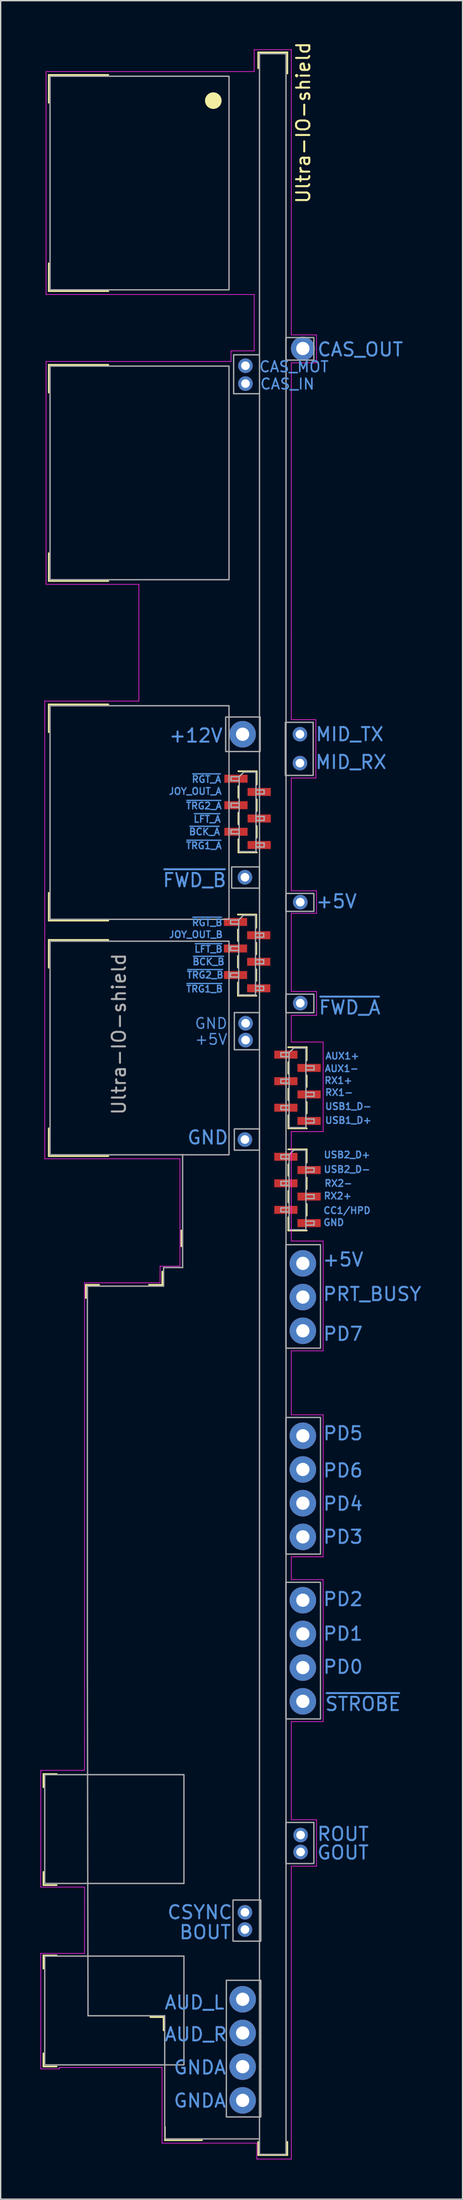
<source format=kicad_pcb>
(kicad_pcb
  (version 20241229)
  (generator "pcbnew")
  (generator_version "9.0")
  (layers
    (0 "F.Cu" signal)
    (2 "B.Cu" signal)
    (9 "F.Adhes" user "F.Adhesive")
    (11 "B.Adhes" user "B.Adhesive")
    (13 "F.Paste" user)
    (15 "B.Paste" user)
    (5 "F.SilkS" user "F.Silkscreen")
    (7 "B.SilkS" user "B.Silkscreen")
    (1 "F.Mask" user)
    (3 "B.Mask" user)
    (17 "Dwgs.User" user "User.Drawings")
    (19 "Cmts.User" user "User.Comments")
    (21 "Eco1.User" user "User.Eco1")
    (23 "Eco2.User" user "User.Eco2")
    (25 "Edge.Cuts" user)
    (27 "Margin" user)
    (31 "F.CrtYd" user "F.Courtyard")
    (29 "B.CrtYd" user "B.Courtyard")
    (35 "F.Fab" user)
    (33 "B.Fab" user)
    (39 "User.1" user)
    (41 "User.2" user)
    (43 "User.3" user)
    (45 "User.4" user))
  (footprint "Ultra-IO-shield"
    (layer "F.Cu")
    (at 16.525 0.996)
    (property "Reference" "Ultra-IO-shield" (at 3.3 5.2 270) (layer "F.SilkS") (effects (font (size 1 1) (thickness 0.15))))
    (attr through_hole exclude_from_bom)
    (fp_line (start -16.3 129.675) (end -15.3 129.675) (stroke (width 0.12) (type solid)) (layer "F.SilkS"))
    (fp_line (start -16.3 130.675) (end -16.3 129.675) (stroke (width 0.12) (type solid)) (layer "F.SilkS"))
    (fp_line (start -16.3 138.05) (end -16.3 137.05) (stroke (width 0.12) (type solid)) (layer "F.SilkS"))
    (fp_line (start -16.3 138.05) (end -15.3 138.05) (stroke (width 0.12) (type solid)) (layer "F.SilkS"))
    (fp_line (start -16.3 143.35) (end -15.3 143.35) (stroke (width 0.12) (type solid)) (layer "F.SilkS"))
    (fp_line (start -16.3 144.35) (end -16.3 143.35) (stroke (width 0.12) (type solid)) (layer "F.SilkS"))
    (fp_line (start -16.3 151.725) (end -16.3 150.725) (stroke (width 0.12) (type solid)) (layer "F.SilkS"))
    (fp_line (start -16.3 151.725) (end -15.3 151.725) (stroke (width 0.12) (type solid)) (layer "F.SilkS"))
    (fp_line (start -15.9 1.6) (end -11.4 1.6) (stroke (width 0.12) (type solid)) (layer "F.SilkS"))
    (fp_line (start -15.9 3.7) (end -15.9 1.6) (stroke (width 0.12) (type solid)) (layer "F.SilkS"))
    (fp_line (start -15.9 17.9) (end -15.9 15.8) (stroke (width 0.12) (type solid)) (layer "F.SilkS"))
    (fp_line (start -15.9 17.9) (end -11.4 17.9) (stroke (width 0.12) (type solid)) (layer "F.SilkS"))
    (fp_line (start -15.9 23.45) (end -11.4 23.45) (stroke (width 0.12) (type solid)) (layer "F.SilkS"))
    (fp_line (start -15.9 25.55) (end -15.9 23.45) (stroke (width 0.12) (type solid)) (layer "F.SilkS"))
    (fp_line (start -15.9 39.75) (end -15.9 37.65) (stroke (width 0.12) (type solid)) (layer "F.SilkS"))
    (fp_line (start -15.9 39.75) (end -11.4 39.75) (stroke (width 0.12) (type solid)) (layer "F.SilkS"))
    (fp_line (start -15.9 49.05) (end -11.4 49.05) (stroke (width 0.12) (type solid)) (layer "F.SilkS"))
    (fp_line (start -15.9 51.15) (end -15.9 49.05) (stroke (width 0.12) (type solid)) (layer "F.SilkS"))
    (fp_line (start -15.9 65.35) (end -15.9 63.25) (stroke (width 0.12) (type solid)) (layer "F.SilkS"))
    (fp_line (start -15.9 65.35) (end -11.4 65.35) (stroke (width 0.12) (type solid)) (layer "F.SilkS"))
    (fp_line (start -15.9 66.8) (end -11.4 66.8) (stroke (width 0.12) (type solid)) (layer "F.SilkS"))
    (fp_line (start -15.9 68.9) (end -15.9 66.8) (stroke (width 0.12) (type solid)) (layer "F.SilkS"))
    (fp_line (start -15.9 83.1) (end -15.9 81) (stroke (width 0.12) (type solid)) (layer "F.SilkS"))
    (fp_line (start -15.9 83.1) (end -11.4 83.1) (stroke (width 0.12) (type solid)) (layer "F.SilkS"))
    (fp_line (start -13.1 92.8) (end -13.1 93.8) (stroke (width 0.12) (type solid)) (layer "F.SilkS"))
    (fp_line (start -13.1 92.8) (end -12.1 92.8) (stroke (width 0.12) (type solid)) (layer "F.SilkS"))
    (fp_line (start -8.335 92.8) (end -7.335 92.8) (stroke (width 0.12) (type solid)) (layer "F.SilkS"))
    (fp_line (start -8.235 148) (end -7.235 148) (stroke (width 0.12) (type solid)) (layer "F.SilkS"))
    (fp_line (start -7.335 91.8) (end -7.335 92.8) (stroke (width 0.12) (type solid)) (layer "F.SilkS"))
    (fp_line (start -7.235 149) (end -7.235 148) (stroke (width 0.12) (type solid)) (layer "F.SilkS"))
    (fp_line (start -7.135 157.28) (end -7.135 156.28) (stroke (width 0.12) (type solid)) (layer "F.SilkS"))
    (fp_line (start -7.135 157.28) (end -4.335 157.28) (stroke (width 0.12) (type solid)) (layer "F.SilkS"))
    (fp_line (start -5.9 89.9) (end -5.9 88.7) (stroke (width 0.12) (type solid)) (layer "F.SilkS"))
    (fp_line (start -1.63 64.89) (end -1.63 64.89) (stroke (width 0.12) (type solid)) (layer "F.SilkS"))
    (fp_line (start -1.63 64.89) (end -0.24 64.89) (stroke (width 0.12) (type solid)) (layer "F.SilkS"))
    (fp_line (start -1.63 66.01) (end -1.63 66.89) (stroke (width 0.12) (type solid)) (layer "F.SilkS"))
    (fp_line (start -1.63 68.01) (end -1.63 68.89) (stroke (width 0.12) (type solid)) (layer "F.SilkS"))
    (fp_line (start -1.63 70.01) (end -1.63 71.01) (stroke (width 0.12) (type solid)) (layer "F.SilkS"))
    (fp_line (start -1.63 71.01) (end -0.24 71.01) (stroke (width 0.12) (type solid)) (layer "F.SilkS"))
    (fp_line (start -1.595 54.09) (end -1.595 54.09) (stroke (width 0.12) (type solid)) (layer "F.SilkS"))
    (fp_line (start -1.595 54.09) (end -0.205 54.09) (stroke (width 0.12) (type solid)) (layer "F.SilkS"))
    (fp_line (start -1.595 55.21) (end -1.595 56.09) (stroke (width 0.12) (type solid)) (layer "F.SilkS"))
    (fp_line (start -1.595 57.21) (end -1.595 58.09) (stroke (width 0.12) (type solid)) (layer "F.SilkS"))
    (fp_line (start -1.595 59.21) (end -1.595 60.21) (stroke (width 0.12) (type solid)) (layer "F.SilkS"))
    (fp_line (start -1.595 60.21) (end -0.205 60.21) (stroke (width 0.12) (type solid)) (layer "F.SilkS"))
    (fp_line (start -0.24 64.89) (end -0.24 65.89) (stroke (width 0.12) (type solid)) (layer "F.SilkS"))
    (fp_line (start -0.24 67.01) (end -0.24 67.89) (stroke (width 0.12) (type solid)) (layer "F.SilkS"))
    (fp_line (start -0.24 69.01) (end -0.24 69.89) (stroke (width 0.12) (type solid)) (layer "F.SilkS"))
    (fp_line (start -0.24 71.01) (end -0.24 71.01) (stroke (width 0.12) (type solid)) (layer "F.SilkS"))
    (fp_line (start -0.205 54.09) (end -0.205 55.09) (stroke (width 0.12) (type solid)) (layer "F.SilkS"))
    (fp_line (start -0.205 56.21) (end -0.205 57.09) (stroke (width 0.12) (type solid)) (layer "F.SilkS"))
    (fp_line (start -0.205 58.21) (end -0.205 59.09) (stroke (width 0.12) (type solid)) (layer "F.SilkS"))
    (fp_line (start -0.205 60.21) (end -0.205 60.21) (stroke (width 0.12) (type solid)) (layer "F.SilkS"))
    (fp_line (start -0.1 -0.1) (end 2.1 -0.1) (stroke (width 0.12) (type solid)) (layer "F.SilkS"))
    (fp_line (start -0.1 1.1) (end -0.1 -0.1) (stroke (width 0.12) (type solid)) (layer "F.SilkS"))
    (fp_line (start -0.1 158.4) (end -0.1 157.4) (stroke (width 0.12) (type solid)) (layer "F.SilkS"))
    (fp_line (start -0.1 158.4) (end 2.1 158.4) (stroke (width 0.12) (type solid)) (layer "F.SilkS"))
    (fp_line (start 2.1 1.5) (end 2.1 -0.1) (stroke (width 0.12) (type solid)) (layer "F.SilkS"))
    (fp_line (start 2.1 158.4) (end 2.1 157.4) (stroke (width 0.12) (type solid)) (layer "F.SilkS"))
    (fp_line (start 2.17 74.89) (end 2.17 74.89) (stroke (width 0.12) (type solid)) (layer "F.SilkS"))
    (fp_line (start 2.17 74.89) (end 3.56 74.89) (stroke (width 0.12) (type solid)) (layer "F.SilkS"))
    (fp_line (start 2.17 76.01) (end 2.17 76.89) (stroke (width 0.12) (type solid)) (layer "F.SilkS"))
    (fp_line (start 2.17 78.01) (end 2.17 78.89) (stroke (width 0.12) (type solid)) (layer "F.SilkS"))
    (fp_line (start 2.17 80.01) (end 2.17 81.01) (stroke (width 0.12) (type solid)) (layer "F.SilkS"))
    (fp_line (start 2.17 81.01) (end 3.56 81.01) (stroke (width 0.12) (type solid)) (layer "F.SilkS"))
    (fp_line (start 2.17 82.59) (end 2.17 82.59) (stroke (width 0.12) (type solid)) (layer "F.SilkS"))
    (fp_line (start 2.17 82.59) (end 3.56 82.59) (stroke (width 0.12) (type solid)) (layer "F.SilkS"))
    (fp_line (start 2.17 83.71) (end 2.17 84.59) (stroke (width 0.12) (type solid)) (layer "F.SilkS"))
    (fp_line (start 2.17 85.71) (end 2.17 86.59) (stroke (width 0.12) (type solid)) (layer "F.SilkS"))
    (fp_line (start 2.17 87.71) (end 2.17 88.71) (stroke (width 0.12) (type solid)) (layer "F.SilkS"))
    (fp_line (start 2.17 88.71) (end 3.56 88.71) (stroke (width 0.12) (type solid)) (layer "F.SilkS"))
    (fp_line (start 3.56 74.89) (end 3.56 75.89) (stroke (width 0.12) (type solid)) (layer "F.SilkS"))
    (fp_line (start 3.56 77.01) (end 3.56 77.89) (stroke (width 0.12) (type solid)) (layer "F.SilkS"))
    (fp_line (start 3.56 79.01) (end 3.56 79.89) (stroke (width 0.12) (type solid)) (layer "F.SilkS"))
    (fp_line (start 3.56 81.01) (end 3.56 81.01) (stroke (width 0.12) (type solid)) (layer "F.SilkS"))
    (fp_line (start 3.56 82.59) (end 3.56 83.59) (stroke (width 0.12) (type solid)) (layer "F.SilkS"))
    (fp_line (start 3.56 84.71) (end 3.56 85.59) (stroke (width 0.12) (type solid)) (layer "F.SilkS"))
    (fp_line (start 3.56 86.71) (end 3.56 87.59) (stroke (width 0.12) (type solid)) (layer "F.SilkS"))
    (fp_line (start 3.56 88.71) (end 3.56 88.71) (stroke (width 0.12) (type solid)) (layer "F.SilkS"))
    (fp_circle (center -3.485 3.54) (end -2.985 3.54) (stroke (width 0.25) (type solid)) (fill yes) (layer "F.SilkS"))
    (fp_line (start -16.5 129.4) (end -13.2 129.4) (stroke (width 0.05) (type solid)) (layer "F.CrtYd"))
    (fp_line (start -16.5 138.2) (end -16.5 129.4) (stroke (width 0.05) (type solid)) (layer "F.CrtYd"))
    (fp_line (start -16.5 138.2) (end -13.2 138.2) (stroke (width 0.05) (type solid)) (layer "F.CrtYd"))
    (fp_line (start -16.5 143.2) (end -16.5 143.2) (stroke (width 0.05) (type solid)) (layer "F.CrtYd"))
    (fp_line (start -16.5 143.2) (end -13.2 143.2) (stroke (width 0.05) (type solid)) (layer "F.CrtYd"))
    (fp_line (start -16.5 151.9) (end -16.5 143.2) (stroke (width 0.05) (type solid)) (layer "F.CrtYd"))
    (fp_line (start -16.5 151.9) (end -15.1 151.9) (stroke (width 0.05) (type solid)) (layer "F.CrtYd"))
    (fp_line (start -16.2 48.8) (end -9.1 48.8) (stroke (width 0.05) (type solid)) (layer "F.CrtYd"))
    (fp_line (start -16.2 83.3) (end -16.2 48.8) (stroke (width 0.05) (type solid)) (layer "F.CrtYd"))
    (fp_line (start -16.1 1.35) (end -0.4 1.35) (stroke (width 0.05) (type solid)) (layer "F.CrtYd"))
    (fp_line (start -16.1 18.15) (end -16.1 1.35) (stroke (width 0.05) (type solid)) (layer "F.CrtYd"))
    (fp_line (start -16.1 18.15) (end -0.4 18.15) (stroke (width 0.05) (type solid)) (layer "F.CrtYd"))
    (fp_line (start -16.1 23.2) (end -2.15 23.2) (stroke (width 0.05) (type solid)) (layer "F.CrtYd"))
    (fp_line (start -16.1 40) (end -16.1 23.2) (stroke (width 0.05) (type solid)) (layer "F.CrtYd"))
    (fp_line (start -16.1 40) (end -9.1 40) (stroke (width 0.05) (type solid)) (layer "F.CrtYd"))
    (fp_line (start -15.1 151.8) (end -15.1 151.9) (stroke (width 0.05) (type solid)) (layer "F.CrtYd"))
    (fp_line (start -15.1 151.8) (end -7.35 151.8) (stroke (width 0.05) (type solid)) (layer "F.CrtYd"))
    (fp_line (start -13.2 92.65) (end -13.2 121.8) (stroke (width 0.05) (type solid)) (layer "F.CrtYd"))
    (fp_line (start -13.2 129.4) (end -13.2 121.8) (stroke (width 0.05) (type solid)) (layer "F.CrtYd"))
    (fp_line (start -13.2 143.2) (end -13.2 138.2) (stroke (width 0.05) (type solid)) (layer "F.CrtYd"))
    (fp_line (start -9.1 40) (end -9.1 48.8) (stroke (width 0.05) (type solid)) (layer "F.CrtYd"))
    (fp_line (start -7.5 92.65) (end -13.2 92.65) (stroke (width 0.05) (type solid)) (layer "F.CrtYd"))
    (fp_line (start -7.5 92.65) (end -7.5 91.4) (stroke (width 0.05) (type solid)) (layer "F.CrtYd"))
    (fp_line (start -7.35 157.5) (end -7.35 151.8) (stroke (width 0.05) (type solid)) (layer "F.CrtYd"))
    (fp_line (start -7.35 157.5) (end -0.2 157.5) (stroke (width 0.05) (type solid)) (layer "F.CrtYd"))
    (fp_line (start -6 83.3) (end -16.2 83.3) (stroke (width 0.05) (type solid)) (layer "F.CrtYd"))
    (fp_line (start -6 91.4) (end -7.5 91.4) (stroke (width 0.05) (type solid)) (layer "F.CrtYd"))
    (fp_line (start -6 91.4) (end -6 83.3) (stroke (width 0.05) (type solid)) (layer "F.CrtYd"))
    (fp_line (start -2.15 22.4) (end -0.4 22.4) (stroke (width 0.05) (type solid)) (layer "F.CrtYd"))
    (fp_line (start -2.15 23.2) (end -2.15 22.4) (stroke (width 0.05) (type solid)) (layer "F.CrtYd"))
    (fp_line (start -0.4 -0.3) (end 2.4 -0.3) (stroke (width 0.05) (type solid)) (layer "F.CrtYd"))
    (fp_line (start -0.4 1.35) (end -0.4 -0.3) (stroke (width 0.05) (type solid)) (layer "F.CrtYd"))
    (fp_line (start -0.4 22.4) (end -0.4 18.15) (stroke (width 0.05) (type solid)) (layer "F.CrtYd"))
    (fp_line (start -0.2 158.7) (end -0.2 157.5) (stroke (width 0.05) (type solid)) (layer "F.CrtYd"))
    (fp_line (start 2.4 -0.3) (end 2.4 21.2) (stroke (width 0.05) (type solid)) (layer "F.CrtYd"))
    (fp_line (start 2.4 21.2) (end 4.3 21.2) (stroke (width 0.05) (type solid)) (layer "F.CrtYd"))
    (fp_line (start 2.4 23.3) (end 2.4 44) (stroke (width 0.05) (type solid)) (layer "F.CrtYd"))
    (fp_line (start 2.4 23.3) (end 4.3 23.3) (stroke (width 0.05) (type solid)) (layer "F.CrtYd"))
    (fp_line (start 2.4 44) (end 2.4 50.2) (stroke (width 0.05) (type solid)) (layer "F.CrtYd"))
    (fp_line (start 2.4 50.2) (end 4.25 50.2) (stroke (width 0.05) (type solid)) (layer "F.CrtYd"))
    (fp_line (start 2.4 54.6) (end 2.4 63.1) (stroke (width 0.05) (type solid)) (layer "F.CrtYd"))
    (fp_line (start 2.4 63.1) (end 4.3 63.1) (stroke (width 0.05) (type solid)) (layer "F.CrtYd"))
    (fp_line (start 2.4 64.8) (end 2.4 70.69) (stroke (width 0.05) (type solid)) (layer "F.CrtYd"))
    (fp_line (start 2.4 70.69) (end 4.3 70.69) (stroke (width 0.05) (type solid)) (layer "F.CrtYd"))
    (fp_line (start 2.4 72.49) (end 2.4 74.5) (stroke (width 0.05) (type solid)) (layer "F.CrtYd"))
    (fp_line (start 2.4 81.25) (end 2.4 89.5) (stroke (width 0.05) (type solid)) (layer "F.CrtYd"))
    (fp_line (start 2.4 81.25) (end 4.8 81.25) (stroke (width 0.05) (type solid)) (layer "F.CrtYd"))
    (fp_line (start 2.4 89.5) (end 4.8 89.5) (stroke (width 0.05) (type solid)) (layer "F.CrtYd"))
    (fp_line (start 2.4 97.775) (end 2.4 102.6) (stroke (width 0.05) (type solid)) (layer "F.CrtYd"))
    (fp_line (start 2.4 102.6) (end 4.8 102.6) (stroke (width 0.05) (type solid)) (layer "F.CrtYd"))
    (fp_line (start 2.4 113.3) (end 2.4 115.025) (stroke (width 0.05) (type solid)) (layer "F.CrtYd"))
    (fp_line (start 2.4 115.025) (end 4.8 115.025) (stroke (width 0.05) (type solid)) (layer "F.CrtYd"))
    (fp_line (start 2.4 125.725) (end 2.4 133.125) (stroke (width 0.05) (type solid)) (layer "F.CrtYd"))
    (fp_line (start 2.4 133.125) (end 4.3 133.125) (stroke (width 0.05) (type solid)) (layer "F.CrtYd"))
    (fp_line (start 2.4 136.625) (end 2.4 158.7) (stroke (width 0.05) (type solid)) (layer "F.CrtYd"))
    (fp_line (start 2.4 158.7) (end -0.2 158.7) (stroke (width 0.05) (type solid)) (layer "F.CrtYd"))
    (fp_line (start 4.25 50.2) (end 4.25 54.6) (stroke (width 0.05) (type solid)) (layer "F.CrtYd"))
    (fp_line (start 4.25 54.6) (end 2.4 54.6) (stroke (width 0.05) (type solid)) (layer "F.CrtYd"))
    (fp_line (start 4.3 21.2) (end 4.3 23.3) (stroke (width 0.05) (type solid)) (layer "F.CrtYd"))
    (fp_line (start 4.3 63.1) (end 4.3 64.8) (stroke (width 0.05) (type solid)) (layer "F.CrtYd"))
    (fp_line (start 4.3 64.8) (end 2.4 64.8) (stroke (width 0.05) (type solid)) (layer "F.CrtYd"))
    (fp_line (start 4.3 70.69) (end 4.3 72.49) (stroke (width 0.05) (type solid)) (layer "F.CrtYd"))
    (fp_line (start 4.3 72.49) (end 2.4 72.49) (stroke (width 0.05) (type solid)) (layer "F.CrtYd"))
    (fp_line (start 4.3 133.125) (end 4.3 136.625) (stroke (width 0.05) (type solid)) (layer "F.CrtYd"))
    (fp_line (start 4.3 136.625) (end 2.4 136.625) (stroke (width 0.05) (type solid)) (layer "F.CrtYd"))
    (fp_line (start 4.8 74.5) (end 2.4 74.5) (stroke (width 0.05) (type solid)) (layer "F.CrtYd"))
    (fp_line (start 4.8 74.5) (end 4.8 81.25) (stroke (width 0.05) (type solid)) (layer "F.CrtYd"))
    (fp_line (start 4.8 89.5) (end 4.8 97.775) (stroke (width 0.05) (type solid)) (layer "F.CrtYd"))
    (fp_line (start 4.8 97.775) (end 2.4 97.775) (stroke (width 0.05) (type solid)) (layer "F.CrtYd"))
    (fp_line (start 4.8 102.6) (end 4.8 113.3) (stroke (width 0.05) (type solid)) (layer "F.CrtYd"))
    (fp_line (start 4.8 113.3) (end 2.4 113.3) (stroke (width 0.05) (type solid)) (layer "F.CrtYd"))
    (fp_line (start 4.8 115.025) (end 4.8 125.725) (stroke (width 0.05) (type solid)) (layer "F.CrtYd"))
    (fp_line (start 4.8 125.725) (end 2.4 125.725) (stroke (width 0.05) (type solid)) (layer "F.CrtYd"))
    (fp_line (start -12.985 92.9) (end -12.985 121.8) (stroke (width 0.1) (type solid)) (layer "F.Fab"))
    (fp_line (start -12.985 92.9) (end -7.235 92.9) (stroke (width 0.1) (type solid)) (layer "F.Fab"))
    (fp_line (start -12.935 147.9) (end -12.985 121.8) (stroke (width 0.1) (type solid)) (layer "F.Fab"))
    (fp_line (start -12.935 147.9) (end -7.15 147.9) (stroke (width 0.1) (type solid)) (layer "F.Fab"))
    (fp_line (start -7.235 91.5) (end -7.235 92.9) (stroke (width 0.1) (type solid)) (layer "F.Fab"))
    (fp_line (start -7.235 91.5) (end -5.8 91.5) (stroke (width 0.1) (type solid)) (layer "F.Fab"))
    (fp_line (start -7.15 157.18) (end -7.15 147.9) (stroke (width 0.1) (type solid)) (layer "F.Fab"))
    (fp_line (start -7.035 157.18) (end 0 157.18) (stroke (width 0.1) (type solid)) (layer "F.Fab"))
    (fp_line (start -5.8 83) (end -5.8 91.5) (stroke (width 0.1) (type solid)) (layer "F.Fab"))
    (fp_line (start -2.185 65.3) (end -2.185 65.6) (stroke (width 0.1) (type solid)) (layer "F.Fab"))
    (fp_line (start -2.185 65.6) (end -1.57 65.6) (stroke (width 0.1) (type solid)) (layer "F.Fab"))
    (fp_line (start -2.185 67.3) (end -2.185 67.6) (stroke (width 0.1) (type solid)) (layer "F.Fab"))
    (fp_line (start -2.185 67.6) (end -1.57 67.6) (stroke (width 0.1) (type solid)) (layer "F.Fab"))
    (fp_line (start -2.185 69.3) (end -2.185 69.6) (stroke (width 0.1) (type solid)) (layer "F.Fab"))
    (fp_line (start -2.185 69.6) (end -1.57 69.6) (stroke (width 0.1) (type solid)) (layer "F.Fab"))
    (fp_line (start -2.15 54.5) (end -2.15 54.8) (stroke (width 0.1) (type solid)) (layer "F.Fab"))
    (fp_line (start -2.15 54.8) (end -1.535 54.8) (stroke (width 0.1) (type solid)) (layer "F.Fab"))
    (fp_line (start -2.15 56.5) (end -2.15 56.8) (stroke (width 0.1) (type solid)) (layer "F.Fab"))
    (fp_line (start -2.15 56.8) (end -1.535 56.8) (stroke (width 0.1) (type solid)) (layer "F.Fab"))
    (fp_line (start -2.15 58.5) (end -2.15 58.8) (stroke (width 0.1) (type solid)) (layer "F.Fab"))
    (fp_line (start -2.15 58.8) (end -1.535 58.8) (stroke (width 0.1) (type solid)) (layer "F.Fab"))
    (fp_line (start -1.95 22.7) (end -0.015 22.7) (stroke (width 0.1) (type solid)) (layer "F.Fab"))
    (fp_line (start -1.95 25.63) (end -1.95 22.7) (stroke (width 0.1) (type solid)) (layer "F.Fab"))
    (fp_line (start -1.57 65.3) (end -2.185 65.3) (stroke (width 0.1) (type solid)) (layer "F.Fab"))
    (fp_line (start -1.57 65.3) (end -1.22 64.95) (stroke (width 0.1) (type solid)) (layer "F.Fab"))
    (fp_line (start -1.57 67.3) (end -2.185 67.3) (stroke (width 0.1) (type solid)) (layer "F.Fab"))
    (fp_line (start -1.57 69.3) (end -2.185 69.3) (stroke (width 0.1) (type solid)) (layer "F.Fab"))
    (fp_line (start -1.57 70.95) (end -1.57 65.3) (stroke (width 0.1) (type solid)) (layer "F.Fab"))
    (fp_line (start -1.535 54.5) (end -2.15 54.5) (stroke (width 0.1) (type solid)) (layer "F.Fab"))
    (fp_line (start -1.535 54.5) (end -1.185 54.15) (stroke (width 0.1) (type solid)) (layer "F.Fab"))
    (fp_line (start -1.535 56.5) (end -2.15 56.5) (stroke (width 0.1) (type solid)) (layer "F.Fab"))
    (fp_line (start -1.535 58.5) (end -2.15 58.5) (stroke (width 0.1) (type solid)) (layer "F.Fab"))
    (fp_line (start -1.535 60.15) (end -1.535 54.5) (stroke (width 0.1) (type solid)) (layer "F.Fab"))
    (fp_line (start -1.22 64.95) (end -0.3 64.95) (stroke (width 0.1) (type solid)) (layer "F.Fab"))
    (fp_line (start -1.185 54.15) (end -0.265 54.15) (stroke (width 0.1) (type solid)) (layer "F.Fab"))
    (fp_line (start -0.3 64.95) (end -0.3 70.95) (stroke (width 0.1) (type solid)) (layer "F.Fab"))
    (fp_line (start -0.3 66.3) (end 0.315 66.3) (stroke (width 0.1) (type solid)) (layer "F.Fab"))
    (fp_line (start -0.3 68.3) (end 0.315 68.3) (stroke (width 0.1) (type solid)) (layer "F.Fab"))
    (fp_line (start -0.3 70.3) (end 0.315 70.3) (stroke (width 0.1) (type solid)) (layer "F.Fab"))
    (fp_line (start -0.3 70.95) (end -1.57 70.95) (stroke (width 0.1) (type solid)) (layer "F.Fab"))
    (fp_line (start -0.265 54.15) (end -0.265 60.15) (stroke (width 0.1) (type solid)) (layer "F.Fab"))
    (fp_line (start -0.265 55.5) (end 0.35 55.5) (stroke (width 0.1) (type solid)) (layer "F.Fab"))
    (fp_line (start -0.265 57.5) (end 0.35 57.5) (stroke (width 0.1) (type solid)) (layer "F.Fab"))
    (fp_line (start -0.265 59.5) (end 0.35 59.5) (stroke (width 0.1) (type solid)) (layer "F.Fab"))
    (fp_line (start -0.265 60.15) (end -1.535 60.15) (stroke (width 0.1) (type solid)) (layer "F.Fab"))
    (fp_line (start -0.015 25.63) (end -1.95 25.63) (stroke (width 0.1) (type solid)) (layer "F.Fab"))
    (fp_line (start 0.315 66.3) (end 0.315 66.6) (stroke (width 0.1) (type solid)) (layer "F.Fab"))
    (fp_line (start 0.315 66.6) (end -0.3 66.6) (stroke (width 0.1) (type solid)) (layer "F.Fab"))
    (fp_line (start 0.315 68.3) (end 0.315 68.6) (stroke (width 0.1) (type solid)) (layer "F.Fab"))
    (fp_line (start 0.315 68.6) (end -0.3 68.6) (stroke (width 0.1) (type solid)) (layer "F.Fab"))
    (fp_line (start 0.315 70.3) (end 0.315 70.6) (stroke (width 0.1) (type solid)) (layer "F.Fab"))
    (fp_line (start 0.315 70.6) (end -0.3 70.6) (stroke (width 0.1) (type solid)) (layer "F.Fab"))
    (fp_line (start 0.35 55.5) (end 0.35 55.8) (stroke (width 0.1) (type solid)) (layer "F.Fab"))
    (fp_line (start 0.35 55.8) (end -0.265 55.8) (stroke (width 0.1) (type solid)) (layer "F.Fab"))
    (fp_line (start 0.35 57.5) (end 0.35 57.8) (stroke (width 0.1) (type solid)) (layer "F.Fab"))
    (fp_line (start 0.35 57.8) (end -0.265 57.8) (stroke (width 0.1) (type solid)) (layer "F.Fab"))
    (fp_line (start 0.35 59.5) (end 0.35 59.8) (stroke (width 0.1) (type solid)) (layer "F.Fab"))
    (fp_line (start 0.35 59.8) (end -0.265 59.8) (stroke (width 0.1) (type solid)) (layer "F.Fab"))
    (fp_line (start 1.615 75.3) (end 1.615 75.6) (stroke (width 0.1) (type solid)) (layer "F.Fab"))
    (fp_line (start 1.615 75.6) (end 2.23 75.6) (stroke (width 0.1) (type solid)) (layer "F.Fab"))
    (fp_line (start 1.615 77.3) (end 1.615 77.6) (stroke (width 0.1) (type solid)) (layer "F.Fab"))
    (fp_line (start 1.615 77.6) (end 2.23 77.6) (stroke (width 0.1) (type solid)) (layer "F.Fab"))
    (fp_line (start 1.615 79.3) (end 1.615 79.6) (stroke (width 0.1) (type solid)) (layer "F.Fab"))
    (fp_line (start 1.615 79.6) (end 2.23 79.6) (stroke (width 0.1) (type solid)) (layer "F.Fab"))
    (fp_line (start 1.615 83) (end 1.615 83.3) (stroke (width 0.1) (type solid)) (layer "F.Fab"))
    (fp_line (start 1.615 83.3) (end 2.23 83.3) (stroke (width 0.1) (type solid)) (layer "F.Fab"))
    (fp_line (start 1.615 85) (end 1.615 85.3) (stroke (width 0.1) (type solid)) (layer "F.Fab"))
    (fp_line (start 1.615 85.3) (end 2.23 85.3) (stroke (width 0.1) (type solid)) (layer "F.Fab"))
    (fp_line (start 1.615 87) (end 1.615 87.3) (stroke (width 0.1) (type solid)) (layer "F.Fab"))
    (fp_line (start 1.615 87.3) (end 2.23 87.3) (stroke (width 0.1) (type solid)) (layer "F.Fab"))
    (fp_line (start 2.23 75.3) (end 1.615 75.3) (stroke (width 0.1) (type solid)) (layer "F.Fab"))
    (fp_line (start 2.23 75.3) (end 2.58 74.95) (stroke (width 0.1) (type solid)) (layer "F.Fab"))
    (fp_line (start 2.23 77.3) (end 1.615 77.3) (stroke (width 0.1) (type solid)) (layer "F.Fab"))
    (fp_line (start 2.23 79.3) (end 1.615 79.3) (stroke (width 0.1) (type solid)) (layer "F.Fab"))
    (fp_line (start 2.23 80.95) (end 2.23 75.3) (stroke (width 0.1) (type solid)) (layer "F.Fab"))
    (fp_line (start 2.23 83) (end 1.615 83) (stroke (width 0.1) (type solid)) (layer "F.Fab"))
    (fp_line (start 2.23 83) (end 2.58 82.65) (stroke (width 0.1) (type solid)) (layer "F.Fab"))
    (fp_line (start 2.23 85) (end 1.615 85) (stroke (width 0.1) (type solid)) (layer "F.Fab"))
    (fp_line (start 2.23 87) (end 1.615 87) (stroke (width 0.1) (type solid)) (layer "F.Fab"))
    (fp_line (start 2.23 88.65) (end 2.23 83) (stroke (width 0.1) (type solid)) (layer "F.Fab"))
    (fp_line (start 2.58 74.95) (end 3.5 74.95) (stroke (width 0.1) (type solid)) (layer "F.Fab"))
    (fp_line (start 2.58 82.65) (end 3.5 82.65) (stroke (width 0.1) (type solid)) (layer "F.Fab"))
    (fp_line (start 3.5 74.95) (end 3.5 80.95) (stroke (width 0.1) (type solid)) (layer "F.Fab"))
    (fp_line (start 3.5 76.3) (end 4.115 76.3) (stroke (width 0.1) (type solid)) (layer "F.Fab"))
    (fp_line (start 3.5 78.3) (end 4.115 78.3) (stroke (width 0.1) (type solid)) (layer "F.Fab"))
    (fp_line (start 3.5 80.3) (end 4.115 80.3) (stroke (width 0.1) (type solid)) (layer "F.Fab"))
    (fp_line (start 3.5 80.95) (end 2.23 80.95) (stroke (width 0.1) (type solid)) (layer "F.Fab"))
    (fp_line (start 3.5 82.65) (end 3.5 88.65) (stroke (width 0.1) (type solid)) (layer "F.Fab"))
    (fp_line (start 3.5 84) (end 4.115 84) (stroke (width 0.1) (type solid)) (layer "F.Fab"))
    (fp_line (start 3.5 86) (end 4.115 86) (stroke (width 0.1) (type solid)) (layer "F.Fab"))
    (fp_line (start 3.5 88) (end 4.115 88) (stroke (width 0.1) (type solid)) (layer "F.Fab"))
    (fp_line (start 3.5 88.65) (end 2.23 88.65) (stroke (width 0.1) (type solid)) (layer "F.Fab"))
    (fp_line (start 4.115 76.3) (end 4.115 76.6) (stroke (width 0.1) (type solid)) (layer "F.Fab"))
    (fp_line (start 4.115 76.6) (end 3.5 76.6) (stroke (width 0.1) (type solid)) (layer "F.Fab"))
    (fp_line (start 4.115 78.3) (end 4.115 78.6) (stroke (width 0.1) (type solid)) (layer "F.Fab"))
    (fp_line (start 4.115 78.6) (end 3.5 78.6) (stroke (width 0.1) (type solid)) (layer "F.Fab"))
    (fp_line (start 4.115 80.3) (end 4.115 80.6) (stroke (width 0.1) (type solid)) (layer "F.Fab"))
    (fp_line (start 4.115 80.6) (end 3.5 80.6) (stroke (width 0.1) (type solid)) (layer "F.Fab"))
    (fp_line (start 4.115 84) (end 4.115 84.3) (stroke (width 0.1) (type solid)) (layer "F.Fab"))
    (fp_line (start 4.115 84.3) (end 3.5 84.3) (stroke (width 0.1) (type solid)) (layer "F.Fab"))
    (fp_line (start 4.115 86) (end 4.115 86.3) (stroke (width 0.1) (type solid)) (layer "F.Fab"))
    (fp_line (start 4.115 86.3) (end 3.5 86.3) (stroke (width 0.1) (type solid)) (layer "F.Fab"))
    (fp_line (start 4.115 88) (end 4.115 88.3) (stroke (width 0.1) (type solid)) (layer "F.Fab"))
    (fp_line (start 4.115 88.3) (end 3.5 88.3) (stroke (width 0.1) (type solid)) (layer "F.Fab"))
    (fp_rect (start -16.2 129.725) (end -5.7 137.925) (stroke (width 0.1) (type solid)) (fill no) (layer "F.Fab"))
    (fp_rect (start -16.2 143.4) (end -5.7 151.6) (stroke (width 0.1) (type solid)) (fill no) (layer "F.Fab"))
    (fp_rect (start -15.8 1.7) (end -2.3 17.8) (stroke (width 0.1) (type solid)) (fill no) (layer "F.Fab"))
    (fp_rect (start -15.8 23.55) (end -2.3 39.65) (stroke (width 0.1) (type solid)) (fill no) (layer "F.Fab"))
    (fp_rect (start -15.8 49.15) (end -2.3 65.25) (stroke (width 0.1) (type solid)) (fill no) (layer "F.Fab"))
    (fp_rect (start -15.8 66.9) (end -2.3 83) (stroke (width 0.1) (type solid)) (fill no) (layer "F.Fab"))
    (fp_rect (start -2.55 50) (end 0.05 52.6) (stroke (width 0.1) (type solid)) (fill no) (layer "F.Fab"))
    (fp_rect (start -2.5 145.225) (end 0.1 155.525) (stroke (width 0.1) (type solid)) (fill no) (layer "F.Fab"))
    (fp_rect (start -2.1 61.3) (end 0 62.9) (stroke (width 0.1) (type solid)) (fill no) (layer "F.Fab"))
    (fp_rect (start -2 139.175) (end 0.1 142.275) (stroke (width 0.1) (type solid)) (fill no) (layer "F.Fab"))
    (fp_rect (start -1.9 72.28) (end 0 75.08) (stroke (width 0.1) (type solid)) (fill no) (layer "F.Fab"))
    (fp_rect (start -1.9 81.05) (end 0 82.65) (stroke (width 0.1) (type solid)) (fill no) (layer "F.Fab"))
    (fp_rect (start 0 0) (end 2 158.345) (stroke (width 0.1) (type solid)) (fill no) (layer "F.Fab"))
    (fp_rect (start 1.95 50.4) (end 4.05 54.4) (stroke (width 0.1) (type solid)) (fill no) (layer "F.Fab"))
    (fp_rect (start 2 21.4) (end 4.1 23.1) (stroke (width 0.1) (type solid)) (fill no) (layer "F.Fab"))
    (fp_rect (start 2 63.3) (end 4.1 64.65) (stroke (width 0.1) (type solid)) (fill no) (layer "F.Fab"))
    (fp_rect (start 2 70.89) (end 4.1 72.29) (stroke (width 0.1) (type solid)) (fill no) (layer "F.Fab"))
    (fp_rect (start 2 89.775) (end 4.6 97.575) (stroke (width 0.1) (type solid)) (fill no) (layer "F.Fab"))
    (fp_rect (start 2 102.8) (end 4.6 113.1) (stroke (width 0.1) (type solid)) (fill no) (layer "F.Fab"))
    (fp_rect (start 2 115.225) (end 4.6 125.525) (stroke (width 0.1) (type solid)) (fill no) (layer "F.Fab"))
    (fp_rect (start 2 133.325) (end 4.1 136.425) (stroke (width 0.1) (type solid)) (fill no) (layer "F.Fab"))
    (fp_text user "CSYNC" (at -4.5 140.1 0) (unlocked yes) (layer "Cmts.User") (effects (font (size 1 1) (thickness 0.15))))
    (fp_text user "~{LFT_A}" (at -3.95 57.7 0) (unlocked yes) (layer "Cmts.User") (effects (font (size 0.5 0.5) (thickness 0.1))))
    (fp_text user "PD7" (at 6.3 96.5 0) (unlocked yes) (layer "Cmts.User") (effects (font (size 1 1) (thickness 0.15))))
    (fp_text user "PD2" (at 6.3 116.5 0) (unlocked yes) (layer "Cmts.User") (effects (font (size 1 1) (thickness 0.15))))
    (fp_text user "GND" (at -3.65 73.1 0) (unlocked yes) (layer "Cmts.User") (effects (font (size 0.8 0.8) (thickness 0.1))))
    (fp_text user "~{RGT_A}" (at -4 54.7 0) (unlocked yes) (layer "Cmts.User") (effects (font (size 0.5 0.5) (thickness 0.1))))
    (fp_text user "~{FWD_B}" (at -4.9 62.3 0) (unlocked yes) (layer "Cmts.User") (effects (font (size 1 1) (thickness 0.15))))
    (fp_text user "CC1/HPD" (at 6.6 87.2 0) (unlocked yes) (layer "Cmts.User") (effects (font (size 0.5 0.5) (thickness 0.1))))
    (fp_text user "GNDA" (at -4.5 154.3 0) (unlocked yes) (layer "Cmts.User") (effects (font (size 1 1) (thickness 0.15))))
    (fp_text user "CAS_MOT" (at 2.6 23.6 0) (unlocked yes) (layer "Cmts.User") (effects (font (size 0.8 0.8) (thickness 0.12))))
    (fp_text user "ROUT" (at 6.3 134.2 0) (unlocked yes) (layer "Cmts.User") (effects (font (size 1 1) (thickness 0.15))))
    (fp_text user "RX1+" (at 5.95 77.4 0) (unlocked yes) (layer "Cmts.User") (effects (font (size 0.5 0.5) (thickness 0.1))))
    (fp_text user "+5V" (at 6.3 90.9 0) (unlocked yes) (layer "Cmts.User") (effects (font (size 1 1) (thickness 0.15))))
    (fp_text user "GNDA" (at -4.5 151.8 0) (unlocked yes) (layer "Cmts.User") (effects (font (size 1 1) (thickness 0.15))))
    (fp_text user "PD1" (at 6.3 119.1 0) (unlocked yes) (layer "Cmts.User") (effects (font (size 1 1) (thickness 0.15))))
    (fp_text user "~{FWD_A}" (at 6.8 71.9 0) (unlocked yes) (layer "Cmts.User") (effects (font (size 1 1) (thickness 0.15))))
    (fp_text user "AUD_R" (at -4.8 149.3 0) (unlocked yes) (layer "Cmts.User") (effects (font (size 1 1) (thickness 0.15))))
    (fp_text user "~{TRG2_B}" (at -4.1 69.45 0) (unlocked yes) (layer "Cmts.User") (effects (font (size 0.5 0.5) (thickness 0.1))))
    (fp_text user "AUX1+" (at 6.25 75.55 0) (unlocked yes) (layer "Cmts.User") (effects (font (size 0.5 0.5) (thickness 0.1))))
    (fp_text user "~{TRG1_B}" (at -4.15 70.5 0) (unlocked yes) (layer "Cmts.User") (effects (font (size 0.5 0.5) (thickness 0.1))))
    (fp_text user "JOY_OUT_A" (at -4.85 55.6 0) (unlocked yes) (layer "Cmts.User") (effects (font (size 0.5 0.5) (thickness 0.1))))
    (fp_text user "CAS_OUT" (at 7.6 22.3 0) (unlocked yes) (layer "Cmts.User") (effects (font (size 1 1) (thickness 0.15))))
    (fp_text user "USB2_D+" (at 6.6 83 0) (unlocked yes) (layer "Cmts.User") (effects (font (size 0.5 0.5) (thickness 0.1))))
    (fp_text user "AUD_L" (at -4.9 146.9 0) (unlocked yes) (layer "Cmts.User") (effects (font (size 1 1) (thickness 0.15))))
    (fp_text user "PD5" (at 6.3 104 0) (unlocked yes) (layer "Cmts.User") (effects (font (size 1 1) (thickness 0.15))))
    (fp_text user "+12V" (at -4.8 51.4 0) (unlocked yes) (layer "Cmts.User") (effects (font (size 1 1) (thickness 0.15))))
    (fp_text user "+5V" (at -3.65 74.3 0) (unlocked yes) (layer "Cmts.User") (effects (font (size 0.8 0.8) (thickness 0.1))))
    (fp_text user "USB1_D+" (at 6.7 80.4 0) (unlocked yes) (layer "Cmts.User") (effects (font (size 0.5 0.5) (thickness 0.1))))
    (fp_text user "GOUT" (at 6.3 135.6 0) (unlocked yes) (layer "Cmts.User") (effects (font (size 1 1) (thickness 0.15))))
    (fp_text user "~{TRG2_A}" (at -4.2 56.7 0) (unlocked yes) (layer "Cmts.User") (effects (font (size 0.5 0.5) (thickness 0.1))))
    (fp_text user "~{BCK_A}" (at -4.15 58.65 0) (unlocked yes) (layer "Cmts.User") (effects (font (size 0.5 0.5) (thickness 0.1))))
    (fp_text user "GND" (at 5.6 88.1 0) (unlocked yes) (layer "Cmts.User") (effects (font (size 0.5 0.5) (thickness 0.1))))
    (fp_text user "~{LFT_B}" (at -3.85 67.5 0) (unlocked yes) (layer "Cmts.User") (effects (font (size 0.5 0.5) (thickness 0.1))))
    (fp_text user "~{BCK_B}" (at -3.85 68.45 0) (unlocked yes) (layer "Cmts.User") (effects (font (size 0.5 0.5) (thickness 0.1))))
    (fp_text user "~{TRG1_A}" (at -4.2 59.7 0) (unlocked yes) (layer "Cmts.User") (effects (font (size 0.5 0.5) (thickness 0.1))))
    (fp_text user "MID_TX" (at 6.8 51.3 0) (unlocked yes) (layer "Cmts.User") (effects (font (size 1 1) (thickness 0.15))))
    (fp_text user "AUX1-" (at 6.2 76.5 0) (unlocked yes) (layer "Cmts.User") (effects (font (size 0.5 0.5) (thickness 0.1))))
    (fp_text user "JOY_OUT_B" (at -4.8 66.4 0) (unlocked yes) (layer "Cmts.User") (effects (font (size 0.5 0.5) (thickness 0.1))))
    (fp_text user "PD0" (at 6.3 121.6 0) (unlocked yes) (layer "Cmts.User") (effects (font (size 1 1) (thickness 0.15))))
    (fp_text user "PD4" (at 6.3 109.3 0) (unlocked yes) (layer "Cmts.User") (effects (font (size 1 1) (thickness 0.15))))
    (fp_text user "MID_RX" (at 6.9 53.4 0) (unlocked yes) (layer "Cmts.User") (effects (font (size 1 1) (thickness 0.15))))
    (fp_text user "RX2+" (at 5.9 86.1 0) (unlocked yes) (layer "Cmts.User") (effects (font (size 0.5 0.5) (thickness 0.1))))
    (fp_text user "PD3" (at 6.3 111.8 0) (unlocked yes) (layer "Cmts.User") (effects (font (size 1 1) (thickness 0.15))))
    (fp_text user "USB2_D-" (at 6.6 84.1 0) (unlocked yes) (layer "Cmts.User") (effects (font (size 0.5 0.5) (thickness 0.1))))
    (fp_text user "~{STROBE}" (at 7.8 124.4 0) (unlocked yes) (layer "Cmts.User") (effects (font (size 1 1) (thickness 0.15))))
    (fp_text user "BOUT" (at -4.1 141.6 0) (unlocked yes) (layer "Cmts.User") (effects (font (size 1 1) (thickness 0.15))))
    (fp_text user "RX2-" (at 5.95 85.15 0) (unlocked yes) (layer "Cmts.User") (effects (font (size 0.5 0.5) (thickness 0.1))))
    (fp_text user "USB1_D-" (at 6.7 79.35 0) (unlocked yes) (layer "Cmts.User") (effects (font (size 0.5 0.5) (thickness 0.1))))
    (fp_text user "+5V" (at 5.8 63.9 0) (unlocked yes) (layer "Cmts.User") (effects (font (size 1 1) (thickness 0.15))))
    (fp_text user "PRT_BUSY" (at 8.5 93.5 0) (unlocked yes) (layer "Cmts.User") (effects (font (size 1 1) (thickness 0.15))))
    (fp_text user "CAS_IN" (at 2.1 24.9 0) (unlocked yes) (layer "Cmts.User") (effects (font (size 0.8 0.8) (thickness 0.12))))
    (fp_text user "GND" (at -3.9 81.7 0) (unlocked yes) (layer "Cmts.User") (effects (font (size 1 1) (thickness 0.15))))
    (fp_text user "RX1-" (at 6 78.3 0) (unlocked yes) (layer "Cmts.User") (effects (font (size 0.5 0.5) (thickness 0.1))))
    (fp_text user "~{RGT_B}" (at -3.95 65.5 0) (unlocked yes) (layer "Cmts.User") (effects (font (size 0.5 0.5) (thickness 0.1))))
    (fp_text user "PD6" (at 6.3 106.8 0) (unlocked yes) (layer "Cmts.User") (effects (font (size 1 1) (thickness 0.15))))
    (fp_text user "${REFERENCE}" (at -10.6 73.9 90) (layer "F.Fab") (effects (font (size 1 1) (thickness 0.15))))
    (pad "1" thru_hole oval (at 3.27 22.225) (size 1.8 1.8) (drill 1) (layers "*.Cu" "*.Mask"))
    (pad "2" thru_hole oval (at -1.06 23.52) (size 1.1 1.1) (drill 0.65) (layers "*.Cu" "*.Mask"))
    (pad "3" thru_hole oval (at -1.06 24.87) (size 1.1 1.1) (drill 0.65) (layers "*.Cu" "*.Mask"))
    (pad "4" thru_hole oval (at -1.275 51.3) (size 2 2) (drill 1) (layers "*.Cu" "*.Mask"))
    (pad "5" thru_hole oval (at 3.05 51.3) (size 1.1 1.1) (drill 0.65) (layers "*.Cu" "*.Mask"))
    (pad "6" thru_hole oval (at 3.05 53.475) (size 1.1 1.1) (drill 0.65) (layers "*.Cu" "*.Mask"))
    (pad "7" smd rect (at -1.775 54.65) (size 1.75 0.6) (layers "F.Cu" "F.Mask" "F.Paste"))
    (pad "8" smd rect (at -0.025 55.65) (size 1.75 0.6) (layers "F.Cu" "F.Mask" "F.Paste"))
    (pad "9" smd rect (at -1.775 56.65) (size 1.75 0.6) (layers "F.Cu" "F.Mask" "F.Paste"))
    (pad "10" smd rect (at -0.025 57.65) (size 1.75 0.6) (layers "F.Cu" "F.Mask" "F.Paste"))
    (pad "11" smd rect (at -1.775 58.65) (size 1.75 0.6) (layers "F.Cu" "F.Mask" "F.Paste"))
    (pad "12" smd rect (at -0.025 59.65) (size 1.75 0.6) (layers "F.Cu" "F.Mask" "F.Paste"))
    (pad "13" thru_hole oval (at -1.1 62.08) (size 1.1 1.1) (drill 0.65) (layers "*.Cu" "*.Mask"))
    (pad "14" thru_hole oval (at 3.075 63.955) (size 1.1 1.1) (drill 0.65) (layers "*.Cu" "*.Mask"))
    (pad "15" smd rect (at -1.81 65.45) (size 1.75 0.6) (layers "F.Cu" "F.Mask" "F.Paste"))
    (pad "16" smd rect (at -0.06 66.45) (size 1.75 0.6) (layers "F.Cu" "F.Mask" "F.Paste"))
    (pad "17" smd rect (at -1.81 67.45) (size 1.75 0.6) (layers "F.Cu" "F.Mask" "F.Paste"))
    (pad "18" smd rect (at -0.06 68.45) (size 1.75 0.6) (layers "F.Cu" "F.Mask" "F.Paste"))
    (pad "19" smd rect (at -1.81 69.45) (size 1.75 0.6) (layers "F.Cu" "F.Mask" "F.Paste"))
    (pad "20" smd rect (at -0.06 70.45) (size 1.75 0.6) (layers "F.Cu" "F.Mask" "F.Paste"))
    (pad "21" thru_hole oval (at 3.075 71.57) (size 1.1 1.1) (drill 0.65) (layers "*.Cu" "*.Mask"))
    (pad "22" thru_hole oval (at -1.05 73.085) (size 1.1 1.1) (drill 0.65) (layers "*.Cu" "*.Mask"))
    (pad "23" thru_hole oval (at -1.05 74.355) (size 1.1 1.1) (drill 0.65) (layers "*.Cu" "*.Mask"))
    (pad "24" smd rect (at 1.99 75.45) (size 1.75 0.6) (layers "F.Cu" "F.Mask" "F.Paste"))
    (pad "25" smd rect (at 3.74 76.45) (size 1.75 0.6) (layers "F.Cu" "F.Mask" "F.Paste"))
    (pad "26" smd rect (at 1.99 77.45) (size 1.75 0.6) (layers "F.Cu" "F.Mask" "F.Paste"))
    (pad "27" smd rect (at 3.74 78.45) (size 1.75 0.6) (layers "F.Cu" "F.Mask" "F.Paste"))
    (pad "28" smd rect (at 1.99 79.45) (size 1.75 0.6) (layers "F.Cu" "F.Mask" "F.Paste"))
    (pad "29" smd rect (at 3.74 80.45) (size 1.75 0.6) (layers "F.Cu" "F.Mask" "F.Paste"))
    (pad "30" thru_hole oval (at -1.1 81.85) (size 1.1 1.1) (drill 0.65) (layers "*.Cu" "*.Mask"))
    (pad "31" smd rect (at 1.99 83.15) (size 1.75 0.6) (layers "F.Cu" "F.Mask" "F.Paste"))
    (pad "32" smd rect (at 3.74 84.15) (size 1.75 0.6) (layers "F.Cu" "F.Mask" "F.Paste"))
    (pad "33" smd rect (at 1.99 85.15) (size 1.75 0.6) (layers "F.Cu" "F.Mask" "F.Paste"))
    (pad "34" smd rect (at 3.74 86.15) (size 1.75 0.6) (layers "F.Cu" "F.Mask" "F.Paste"))
    (pad "35" smd rect (at 1.99 87.15) (size 1.75 0.6) (layers "F.Cu" "F.Mask" "F.Paste"))
    (pad "36" smd rect (at 3.74 88.15) (size 1.75 0.6) (layers "F.Cu" "F.Mask" "F.Paste"))
    (pad "37" thru_hole oval (at 3.27 91.185) (size 2 2) (drill 1) (layers "*.Cu" "*.Mask"))
    (pad "38" thru_hole oval (at 3.27 93.725) (size 2 2) (drill 1) (layers "*.Cu" "*.Mask"))
    (pad "39" thru_hole oval (at 3.27 96.265) (size 2 2) (drill 1) (layers "*.Cu" "*.Mask"))
    (pad "40" thru_hole oval (at 3.27 104.18) (size 2 2) (drill 1) (layers "*.Cu" "*.Mask"))
    (pad "41" thru_hole oval (at 3.27 106.72) (size 2 2) (drill 1) (layers "*.Cu" "*.Mask"))
    (pad "42" thru_hole oval (at 3.27 109.26) (size 2 2) (drill 1) (layers "*.Cu" "*.Mask"))
    (pad "43" thru_hole oval (at 3.27 111.8) (size 2 2) (drill 1) (layers "*.Cu" "*.Mask"))
    (pad "44" thru_hole oval (at 3.27 116.575) (size 2 2) (drill 1) (layers "*.Cu" "*.Mask"))
    (pad "45" thru_hole oval (at 3.27 119.115) (size 2 2) (drill 1) (layers "*.Cu" "*.Mask"))
    (pad "46" thru_hole oval (at 3.27 121.655) (size 2 2) (drill 1) (layers "*.Cu" "*.Mask"))
    (pad "47" thru_hole oval (at 3.27 124.195) (size 2 2) (drill 1) (layers "*.Cu" "*.Mask"))
    (pad "48" thru_hole oval (at 3.1 134.275) (size 1.1 1.1) (drill 0.65) (layers "*.Cu" "*.Mask"))
    (pad "49" thru_hole oval (at 3.1 135.55) (size 1.1 1.1) (drill 0.65) (layers "*.Cu" "*.Mask"))
    (pad "50" thru_hole oval (at -1.1 140.1) (size 1.1 1.1) (drill 0.65) (layers "*.Cu" "*.Mask"))
    (pad "51" thru_hole oval (at -1.1 141.4) (size 1.1 1.1) (drill 0.65) (layers "*.Cu" "*.Mask"))
    (pad "52" thru_hole oval (at -1.27 146.655) (size 2 2) (drill 1) (layers "*.Cu" "*.Mask"))
    (pad "53" thru_hole oval (at -1.27 149.195) (size 2 2) (drill 1) (layers "*.Cu" "*.Mask"))
    (pad "54" thru_hole oval (at -1.27 151.735) (size 2 2) (drill 1) (layers "*.Cu" "*.Mask"))
    (pad "55" thru_hole oval (at -1.27 154.275) (size 2 2) (drill 1) (layers "*.Cu" "*.Mask")))
  (gr_rect
    (start -3 -3)
    (end 31.84 162.721)
    (stroke (width 0.1) (type default))
    (fill no)
    (layer "Edge.Cuts")))
</source>
